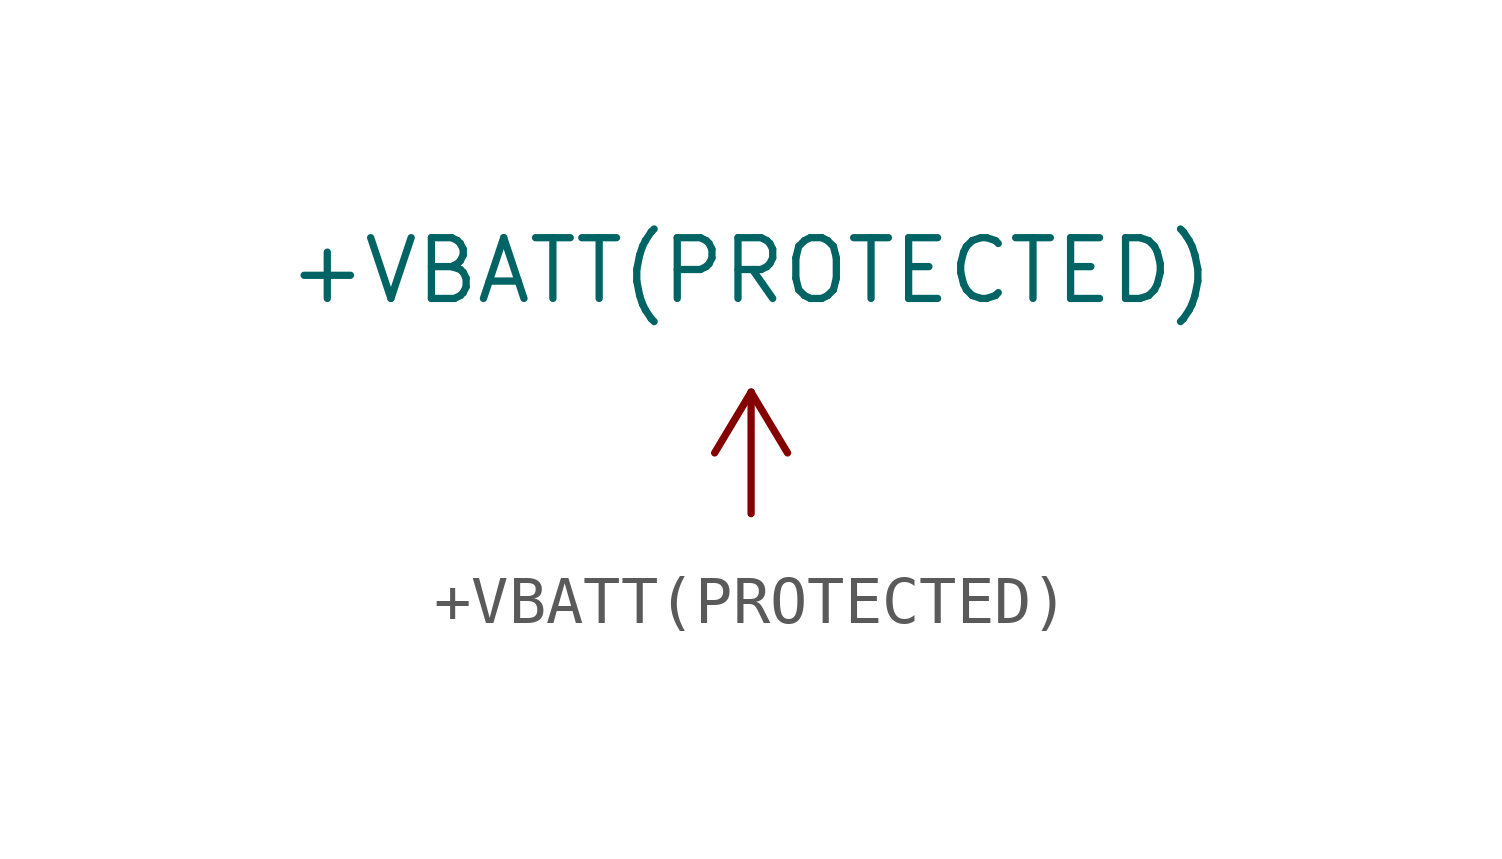
<source format=kicad_sym>
(kicad_symbol_lib
  (version 20211014)
  (generator kicad_symbol_editor)
  (symbol "+VBATT(PROTECTED)"
    (power)
    (pin_names
      (offset 0))
    (property "Reference" "#PWR"
      (at 0 -3.81 0)
      (effects (font (size 1.27 1.27)) hide))
    (property "Value" "+VBATT(PROTECTED)"
      (at 0 5.08 0)
      (effects (font (size 1.27 1.27))))
    (symbol "+VBATT(PROTECTED)_0_1"
      (polyline (pts (xy -0.76 1.27) (xy 0.002 2.54)) (stroke (width 0) (type default) (color 0 0 0 0)) (fill (type none)))
      (polyline (pts (xy 0.002 0) (xy 0.002 2.54)) (stroke (width 0) (type default) (color 0 0 0 0)) (fill (type none)))
      (polyline (pts (xy 0.002 2.54) (xy 0.764 1.27)) (stroke (width 0) (type default) (color 0 0 0 0)) (fill (type none))))
    (symbol "+VBATT(PROTECTED)_1_1"
      (pin power_in line (at 0 0 90) (length 0) hide (name "+V_{BATT(PROTECTED)}" (effects (font (size 1.27 1.27)))) (number "1" (effects (font (size 1.27 1.27))))))))
</source>
